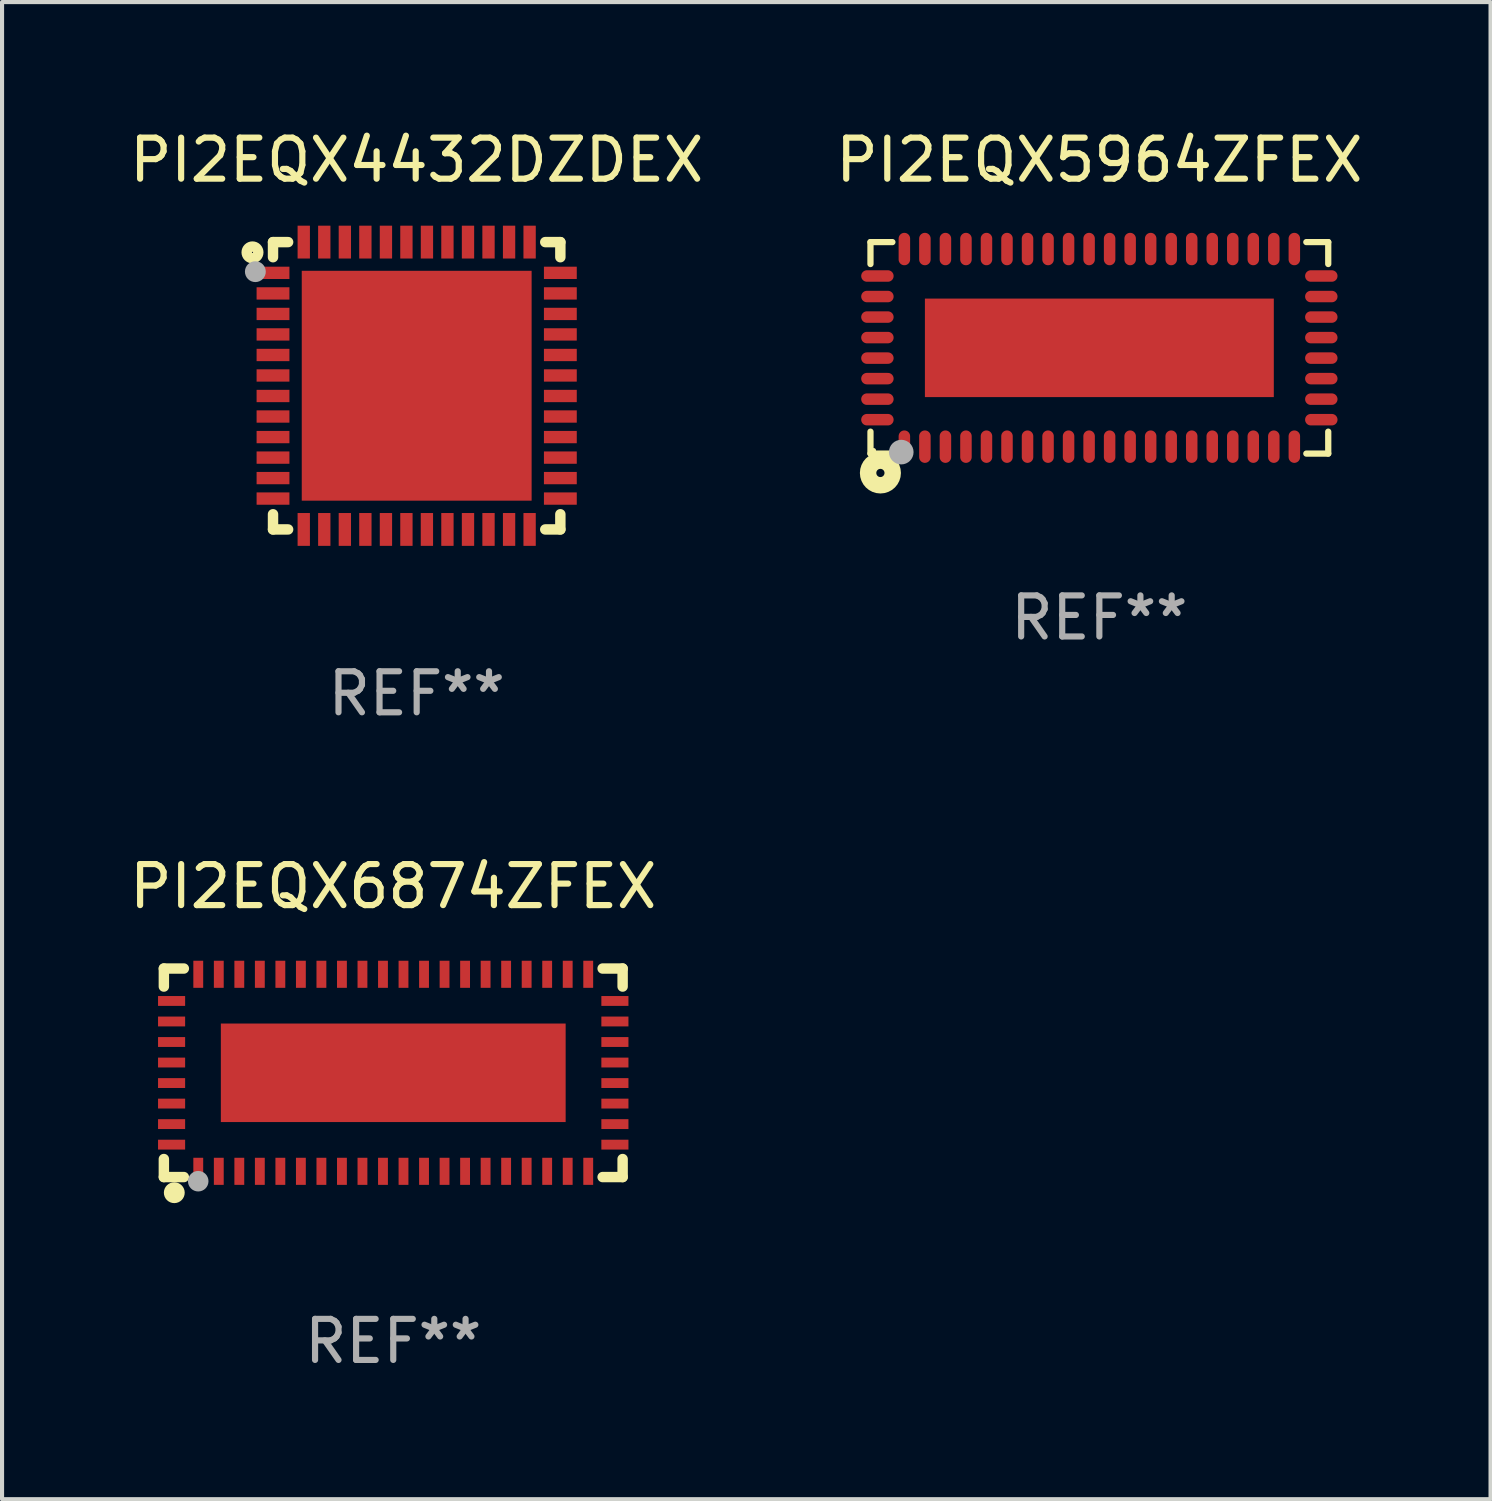
<source format=kicad_pcb>
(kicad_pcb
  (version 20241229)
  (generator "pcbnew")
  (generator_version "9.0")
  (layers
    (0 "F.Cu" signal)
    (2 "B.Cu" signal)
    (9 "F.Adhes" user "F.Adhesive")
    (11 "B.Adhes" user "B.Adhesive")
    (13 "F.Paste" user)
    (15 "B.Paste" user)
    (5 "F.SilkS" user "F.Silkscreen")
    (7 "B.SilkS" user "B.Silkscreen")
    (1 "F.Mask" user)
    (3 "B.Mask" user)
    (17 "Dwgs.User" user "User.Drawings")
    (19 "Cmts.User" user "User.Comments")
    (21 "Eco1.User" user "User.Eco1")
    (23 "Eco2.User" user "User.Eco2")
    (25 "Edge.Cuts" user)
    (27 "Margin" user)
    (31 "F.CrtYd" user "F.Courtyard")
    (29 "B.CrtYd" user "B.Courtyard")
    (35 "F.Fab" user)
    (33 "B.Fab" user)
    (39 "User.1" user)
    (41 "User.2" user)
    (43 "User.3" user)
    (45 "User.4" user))
  (footprint "PI2EQX5964ZFEX"
    (layer "F.Cu")
    (at 23.732 5.424)
    (property "Reference" "PI2EQX5964ZFEX" (at 0 -4.576 0) (layer "F.SilkS") (effects (font (size 1 1) (thickness 0.15))))
    (attr through_hole)
    (fp_line (start -5.576 -2.576) (end -5.576 -2.042) (stroke (width 0.152) (type solid)) (layer "F.SilkS"))
    (fp_line (start -5.576 2.576) (end -5.576 2.042) (stroke (width 0.152) (type solid)) (layer "F.SilkS"))
    (fp_line (start -5.042 -2.576) (end -5.576 -2.576) (stroke (width 0.152) (type solid)) (layer "F.SilkS"))
    (fp_line (start -5.042 2.576) (end -5.576 2.576) (stroke (width 0.152) (type solid)) (layer "F.SilkS"))
    (fp_line (start 5.042 -2.576) (end 5.576 -2.576) (stroke (width 0.152) (type solid)) (layer "F.SilkS"))
    (fp_line (start 5.042 2.576) (end 5.576 2.576) (stroke (width 0.152) (type solid)) (layer "F.SilkS"))
    (fp_line (start 5.576 -2.576) (end 5.576 -2.042) (stroke (width 0.152) (type solid)) (layer "F.SilkS"))
    (fp_line (start 5.576 2.576) (end 5.576 2.042) (stroke (width 0.152) (type solid)) (layer "F.SilkS"))
    (fp_circle (center -5.5 2.5) (end -5.47 2.5) (stroke (width 0.06) (type solid)) (fill no) (layer "F.SilkS"))
    (fp_circle (center -5.334 3.048) (end -5.234 3.048) (stroke (width 0.4) (type solid)) (fill no) (layer "F.SilkS"))
    (fp_circle (center -4.826 2.54) (end -4.676 2.54) (stroke (width 0.3) (type solid)) (fill no) (layer "F.Fab"))
    (fp_text user "REF**" (at 0 6.576 0) (layer "F.Fab") (effects (font (size 1 1) (thickness 0.15))))
    (pad "1" smd oval (at -4.75 2.407) (size 0.28 0.79) (layers "F.Cu" "F.Mask" "F.Paste"))
    (pad "2" smd oval (at -4.25 2.407) (size 0.28 0.79) (layers "F.Cu" "F.Mask" "F.Paste"))
    (pad "3" smd oval (at -3.75 2.407) (size 0.28 0.79) (layers "F.Cu" "F.Mask" "F.Paste"))
    (pad "4" smd oval (at -3.25 2.407) (size 0.28 0.79) (layers "F.Cu" "F.Mask" "F.Paste"))
    (pad "5" smd oval (at -2.75 2.407) (size 0.28 0.79) (layers "F.Cu" "F.Mask" "F.Paste"))
    (pad "6" smd oval (at -2.25 2.407) (size 0.28 0.79) (layers "F.Cu" "F.Mask" "F.Paste"))
    (pad "7" smd oval (at -1.75 2.407) (size 0.28 0.79) (layers "F.Cu" "F.Mask" "F.Paste"))
    (pad "8" smd oval (at -1.25 2.407) (size 0.28 0.79) (layers "F.Cu" "F.Mask" "F.Paste"))
    (pad "9" smd oval (at -0.75 2.407) (size 0.28 0.79) (layers "F.Cu" "F.Mask" "F.Paste"))
    (pad "10" smd oval (at -0.25 2.407) (size 0.28 0.79) (layers "F.Cu" "F.Mask" "F.Paste"))
    (pad "11" smd oval (at 0.25 2.407) (size 0.28 0.79) (layers "F.Cu" "F.Mask" "F.Paste"))
    (pad "12" smd oval (at 0.75 2.407) (size 0.28 0.79) (layers "F.Cu" "F.Mask" "F.Paste"))
    (pad "13" smd oval (at 1.25 2.407) (size 0.28 0.79) (layers "F.Cu" "F.Mask" "F.Paste"))
    (pad "14" smd oval (at 1.75 2.407) (size 0.28 0.79) (layers "F.Cu" "F.Mask" "F.Paste"))
    (pad "15" smd oval (at 2.25 2.407) (size 0.28 0.79) (layers "F.Cu" "F.Mask" "F.Paste"))
    (pad "16" smd oval (at 2.75 2.407) (size 0.28 0.79) (layers "F.Cu" "F.Mask" "F.Paste"))
    (pad "17" smd oval (at 3.25 2.407) (size 0.28 0.79) (layers "F.Cu" "F.Mask" "F.Paste"))
    (pad "18" smd oval (at 3.75 2.407) (size 0.28 0.79) (layers "F.Cu" "F.Mask" "F.Paste"))
    (pad "19" smd oval (at 4.25 2.407) (size 0.28 0.79) (layers "F.Cu" "F.Mask" "F.Paste"))
    (pad "20" smd oval (at 4.75 2.407) (size 0.28 0.79) (layers "F.Cu" "F.Mask" "F.Paste"))
    (pad "21" smd oval (at 5.407 1.75) (size 0.79 0.28) (layers "F.Cu" "F.Mask" "F.Paste"))
    (pad "22" smd oval (at 5.407 1.25) (size 0.79 0.28) (layers "F.Cu" "F.Mask" "F.Paste"))
    (pad "23" smd oval (at 5.407 0.75) (size 0.79 0.28) (layers "F.Cu" "F.Mask" "F.Paste"))
    (pad "24" smd oval (at 5.407 0.25) (size 0.79 0.28) (layers "F.Cu" "F.Mask" "F.Paste"))
    (pad "25" smd oval (at 5.407 -0.25) (size 0.79 0.28) (layers "F.Cu" "F.Mask" "F.Paste"))
    (pad "26" smd oval (at 5.407 -0.75) (size 0.79 0.28) (layers "F.Cu" "F.Mask" "F.Paste"))
    (pad "27" smd oval (at 5.407 -1.25) (size 0.79 0.28) (layers "F.Cu" "F.Mask" "F.Paste"))
    (pad "28" smd oval (at 5.407 -1.75) (size 0.79 0.28) (layers "F.Cu" "F.Mask" "F.Paste"))
    (pad "29" smd oval (at 4.75 -2.407) (size 0.28 0.79) (layers "F.Cu" "F.Mask" "F.Paste"))
    (pad "30" smd oval (at 4.25 -2.407) (size 0.28 0.79) (layers "F.Cu" "F.Mask" "F.Paste"))
    (pad "31" smd oval (at 3.75 -2.407) (size 0.28 0.79) (layers "F.Cu" "F.Mask" "F.Paste"))
    (pad "32" smd oval (at 3.25 -2.407) (size 0.28 0.79) (layers "F.Cu" "F.Mask" "F.Paste"))
    (pad "33" smd oval (at 2.75 -2.407) (size 0.28 0.79) (layers "F.Cu" "F.Mask" "F.Paste"))
    (pad "34" smd oval (at 2.25 -2.407) (size 0.28 0.79) (layers "F.Cu" "F.Mask" "F.Paste"))
    (pad "35" smd oval (at 1.75 -2.407) (size 0.28 0.79) (layers "F.Cu" "F.Mask" "F.Paste"))
    (pad "36" smd oval (at 1.25 -2.407) (size 0.28 0.79) (layers "F.Cu" "F.Mask" "F.Paste"))
    (pad "37" smd oval (at 0.75 -2.407) (size 0.28 0.79) (layers "F.Cu" "F.Mask" "F.Paste"))
    (pad "38" smd oval (at 0.25 -2.407) (size 0.28 0.79) (layers "F.Cu" "F.Mask" "F.Paste"))
    (pad "39" smd oval (at -0.25 -2.407) (size 0.28 0.79) (layers "F.Cu" "F.Mask" "F.Paste"))
    (pad "40" smd oval (at -0.75 -2.407) (size 0.28 0.79) (layers "F.Cu" "F.Mask" "F.Paste"))
    (pad "41" smd oval (at -1.25 -2.407) (size 0.28 0.79) (layers "F.Cu" "F.Mask" "F.Paste"))
    (pad "42" smd oval (at -1.75 -2.407) (size 0.28 0.79) (layers "F.Cu" "F.Mask" "F.Paste"))
    (pad "43" smd oval (at -2.25 -2.407) (size 0.28 0.79) (layers "F.Cu" "F.Mask" "F.Paste"))
    (pad "44" smd oval (at -2.75 -2.407) (size 0.28 0.79) (layers "F.Cu" "F.Mask" "F.Paste"))
    (pad "45" smd oval (at -3.25 -2.407) (size 0.28 0.79) (layers "F.Cu" "F.Mask" "F.Paste"))
    (pad "46" smd oval (at -3.75 -2.407) (size 0.28 0.79) (layers "F.Cu" "F.Mask" "F.Paste"))
    (pad "47" smd oval (at -4.25 -2.407) (size 0.28 0.79) (layers "F.Cu" "F.Mask" "F.Paste"))
    (pad "48" smd oval (at -4.75 -2.407) (size 0.28 0.79) (layers "F.Cu" "F.Mask" "F.Paste"))
    (pad "49" smd oval (at -5.407 -1.75) (size 0.79 0.28) (layers "F.Cu" "F.Mask" "F.Paste"))
    (pad "50" smd oval (at -5.407 -1.25) (size 0.79 0.28) (layers "F.Cu" "F.Mask" "F.Paste"))
    (pad "51" smd oval (at -5.407 -0.75) (size 0.79 0.28) (layers "F.Cu" "F.Mask" "F.Paste"))
    (pad "52" smd oval (at -5.407 -0.25) (size 0.79 0.28) (layers "F.Cu" "F.Mask" "F.Paste"))
    (pad "53" smd oval (at -5.407 0.25) (size 0.79 0.28) (layers "F.Cu" "F.Mask" "F.Paste"))
    (pad "54" smd oval (at -5.407 0.75) (size 0.79 0.28) (layers "F.Cu" "F.Mask" "F.Paste"))
    (pad "55" smd oval (at -5.407 1.25) (size 0.79 0.28) (layers "F.Cu" "F.Mask" "F.Paste"))
    (pad "56" smd oval (at -5.407 1.75) (size 0.79 0.28) (layers "F.Cu" "F.Mask" "F.Paste"))
    (pad "57" smd rect (at 0 0) (size 8.5 2.4) (layers "F.Cu" "F.Mask" "F.Paste")))
  (footprint "PI2EQX6874ZFEX"
    (layer "F.Cu")
    (at 6.53 23.085)
    (property "Reference" "PI2EQX6874ZFEX" (at 0 -4.54 0) (layer "F.SilkS") (effects (font (size 1 1) (thickness 0.15))))
    (attr through_hole)
    (fp_line (start -5.588 -2.54) (end -5.101 -2.54) (stroke (width 0.254) (type solid)) (layer "F.SilkS"))
    (fp_line (start -5.588 -2.101) (end -5.588 -2.54) (stroke (width 0.254) (type solid)) (layer "F.SilkS"))
    (fp_line (start -5.588 2.54) (end -5.588 2.101) (stroke (width 0.254) (type solid)) (layer "F.SilkS"))
    (fp_line (start -5.101 2.54) (end -5.588 2.54) (stroke (width 0.254) (type solid)) (layer "F.SilkS"))
    (fp_line (start 5.101 -2.54) (end 5.588 -2.54) (stroke (width 0.254) (type solid)) (layer "F.SilkS"))
    (fp_line (start 5.588 -2.54) (end 5.588 -2.101) (stroke (width 0.254) (type solid)) (layer "F.SilkS"))
    (fp_line (start 5.588 2.101) (end 5.588 2.54) (stroke (width 0.254) (type solid)) (layer "F.SilkS"))
    (fp_line (start 5.588 2.54) (end 5.101 2.54) (stroke (width 0.254) (type solid)) (layer "F.SilkS"))
    (fp_circle (center -5.5 2.5) (end -5.47 2.5) (stroke (width 0.06) (type solid)) (fill no) (layer "F.SilkS"))
    (fp_circle (center -5.334 2.921) (end -5.207 2.921) (stroke (width 0.254) (type solid)) (fill no) (layer "F.SilkS"))
    (fp_circle (center -4.751 2.641) (end -4.626 2.641) (stroke (width 0.25) (type solid)) (fill no) (layer "F.Fab"))
    (fp_text user "REF**" (at 0 6.54 0) (layer "F.Fab") (effects (font (size 1 1) (thickness 0.15))))
    (pad "1" smd rect (at -4.75 2.4) (size 0.24 0.66) (layers "F.Cu" "F.Mask" "F.Paste"))
    (pad "2" smd rect (at -4.25 2.4) (size 0.24 0.66) (layers "F.Cu" "F.Mask" "F.Paste"))
    (pad "3" smd rect (at -3.75 2.4) (size 0.24 0.66) (layers "F.Cu" "F.Mask" "F.Paste"))
    (pad "4" smd rect (at -3.25 2.4) (size 0.24 0.66) (layers "F.Cu" "F.Mask" "F.Paste"))
    (pad "5" smd rect (at -2.75 2.4) (size 0.24 0.66) (layers "F.Cu" "F.Mask" "F.Paste"))
    (pad "6" smd rect (at -2.25 2.4) (size 0.24 0.66) (layers "F.Cu" "F.Mask" "F.Paste"))
    (pad "7" smd rect (at -1.75 2.4) (size 0.24 0.66) (layers "F.Cu" "F.Mask" "F.Paste"))
    (pad "8" smd rect (at -1.25 2.4) (size 0.24 0.66) (layers "F.Cu" "F.Mask" "F.Paste"))
    (pad "9" smd rect (at -0.75 2.4) (size 0.24 0.66) (layers "F.Cu" "F.Mask" "F.Paste"))
    (pad "10" smd rect (at -0.25 2.4) (size 0.24 0.66) (layers "F.Cu" "F.Mask" "F.Paste"))
    (pad "11" smd rect (at 0.25 2.4) (size 0.24 0.66) (layers "F.Cu" "F.Mask" "F.Paste"))
    (pad "12" smd rect (at 0.75 2.4) (size 0.24 0.66) (layers "F.Cu" "F.Mask" "F.Paste"))
    (pad "13" smd rect (at 1.25 2.4) (size 0.24 0.66) (layers "F.Cu" "F.Mask" "F.Paste"))
    (pad "14" smd rect (at 1.75 2.4) (size 0.24 0.66) (layers "F.Cu" "F.Mask" "F.Paste"))
    (pad "15" smd rect (at 2.25 2.4) (size 0.24 0.66) (layers "F.Cu" "F.Mask" "F.Paste"))
    (pad "16" smd rect (at 2.75 2.4) (size 0.24 0.66) (layers "F.Cu" "F.Mask" "F.Paste"))
    (pad "17" smd rect (at 3.25 2.4) (size 0.24 0.66) (layers "F.Cu" "F.Mask" "F.Paste"))
    (pad "18" smd rect (at 3.75 2.4) (size 0.24 0.66) (layers "F.Cu" "F.Mask" "F.Paste"))
    (pad "19" smd rect (at 4.25 2.4) (size 0.24 0.66) (layers "F.Cu" "F.Mask" "F.Paste"))
    (pad "20" smd rect (at 4.75 2.4) (size 0.24 0.66) (layers "F.Cu" "F.Mask" "F.Paste"))
    (pad "21" smd rect (at 5.4 1.75) (size 0.66 0.24) (layers "F.Cu" "F.Mask" "F.Paste"))
    (pad "22" smd rect (at 5.4 1.25) (size 0.66 0.24) (layers "F.Cu" "F.Mask" "F.Paste"))
    (pad "23" smd rect (at 5.4 0.75) (size 0.66 0.24) (layers "F.Cu" "F.Mask" "F.Paste"))
    (pad "24" smd rect (at 5.4 0.25) (size 0.66 0.24) (layers "F.Cu" "F.Mask" "F.Paste"))
    (pad "25" smd rect (at 5.4 -0.25) (size 0.66 0.24) (layers "F.Cu" "F.Mask" "F.Paste"))
    (pad "26" smd rect (at 5.4 -0.75) (size 0.66 0.24) (layers "F.Cu" "F.Mask" "F.Paste"))
    (pad "27" smd rect (at 5.4 -1.25) (size 0.66 0.24) (layers "F.Cu" "F.Mask" "F.Paste"))
    (pad "28" smd rect (at 5.4 -1.75) (size 0.66 0.24) (layers "F.Cu" "F.Mask" "F.Paste"))
    (pad "29" smd rect (at 4.75 -2.4) (size 0.24 0.66) (layers "F.Cu" "F.Mask" "F.Paste"))
    (pad "30" smd rect (at 4.25 -2.4) (size 0.24 0.66) (layers "F.Cu" "F.Mask" "F.Paste"))
    (pad "31" smd rect (at 3.75 -2.4) (size 0.24 0.66) (layers "F.Cu" "F.Mask" "F.Paste"))
    (pad "32" smd rect (at 3.25 -2.4) (size 0.24 0.66) (layers "F.Cu" "F.Mask" "F.Paste"))
    (pad "33" smd rect (at 2.75 -2.4) (size 0.24 0.66) (layers "F.Cu" "F.Mask" "F.Paste"))
    (pad "34" smd rect (at 2.25 -2.4) (size 0.24 0.66) (layers "F.Cu" "F.Mask" "F.Paste"))
    (pad "35" smd rect (at 1.75 -2.4) (size 0.24 0.66) (layers "F.Cu" "F.Mask" "F.Paste"))
    (pad "36" smd rect (at 1.25 -2.4) (size 0.24 0.66) (layers "F.Cu" "F.Mask" "F.Paste"))
    (pad "37" smd rect (at 0.75 -2.4) (size 0.24 0.66) (layers "F.Cu" "F.Mask" "F.Paste"))
    (pad "38" smd rect (at 0.25 -2.4) (size 0.24 0.66) (layers "F.Cu" "F.Mask" "F.Paste"))
    (pad "39" smd rect (at -0.25 -2.4) (size 0.24 0.66) (layers "F.Cu" "F.Mask" "F.Paste"))
    (pad "40" smd rect (at -0.75 -2.4) (size 0.24 0.66) (layers "F.Cu" "F.Mask" "F.Paste"))
    (pad "41" smd rect (at -1.25 -2.4) (size 0.24 0.66) (layers "F.Cu" "F.Mask" "F.Paste"))
    (pad "42" smd rect (at -1.75 -2.4) (size 0.24 0.66) (layers "F.Cu" "F.Mask" "F.Paste"))
    (pad "43" smd rect (at -2.25 -2.4) (size 0.24 0.66) (layers "F.Cu" "F.Mask" "F.Paste"))
    (pad "44" smd rect (at -2.75 -2.4) (size 0.24 0.66) (layers "F.Cu" "F.Mask" "F.Paste"))
    (pad "45" smd rect (at -3.25 -2.4) (size 0.24 0.66) (layers "F.Cu" "F.Mask" "F.Paste"))
    (pad "46" smd rect (at -3.75 -2.4) (size 0.24 0.66) (layers "F.Cu" "F.Mask" "F.Paste"))
    (pad "47" smd rect (at -4.25 -2.4) (size 0.24 0.66) (layers "F.Cu" "F.Mask" "F.Paste"))
    (pad "48" smd rect (at -4.75 -2.4) (size 0.24 0.66) (layers "F.Cu" "F.Mask" "F.Paste"))
    (pad "49" smd rect (at -5.4 -1.75) (size 0.66 0.24) (layers "F.Cu" "F.Mask" "F.Paste"))
    (pad "50" smd rect (at -5.4 -1.25) (size 0.66 0.24) (layers "F.Cu" "F.Mask" "F.Paste"))
    (pad "51" smd rect (at -5.4 -0.75) (size 0.66 0.24) (layers "F.Cu" "F.Mask" "F.Paste"))
    (pad "52" smd rect (at -5.4 -0.25) (size 0.66 0.24) (layers "F.Cu" "F.Mask" "F.Paste"))
    (pad "53" smd rect (at -5.4 0.25) (size 0.66 0.24) (layers "F.Cu" "F.Mask" "F.Paste"))
    (pad "54" smd rect (at -5.4 0.75) (size 0.66 0.24) (layers "F.Cu" "F.Mask" "F.Paste"))
    (pad "55" smd rect (at -5.4 1.25) (size 0.66 0.24) (layers "F.Cu" "F.Mask" "F.Paste"))
    (pad "56" smd rect (at -5.4 1.75) (size 0.66 0.24) (layers "F.Cu" "F.Mask" "F.Paste"))
    (pad "57" smd rect (at 0.000051 0) (size 8.4 2.4) (layers "F.Cu" "F.Mask" "F.Paste")))
  (footprint "PI2EQX4432DZDEX"
    (layer "F.Cu")
    (at 7.101 6.348)
    (property "Reference" "PI2EQX4432DZDEX" (at 0 -5.5 0) (layer "F.SilkS") (effects (font (size 1 1) (thickness 0.15))))
    (attr through_hole)
    (fp_line (start -3.5 -3.5) (end -3.132 -3.5) (stroke (width 0.254) (type solid)) (layer "F.SilkS"))
    (fp_line (start -3.5 -3.132) (end -3.5 -3.5) (stroke (width 0.254) (type solid)) (layer "F.SilkS"))
    (fp_line (start -3.5 3.5) (end -3.5 3.13) (stroke (width 0.254) (type solid)) (layer "F.SilkS"))
    (fp_line (start -3.132 3.5) (end -3.5 3.5) (stroke (width 0.254) (type solid)) (layer "F.SilkS"))
    (fp_line (start 3.132 -3.5) (end 3.5 -3.5) (stroke (width 0.254) (type solid)) (layer "F.SilkS"))
    (fp_line (start 3.5 -3.5) (end 3.5 -3.132) (stroke (width 0.254) (type solid)) (layer "F.SilkS"))
    (fp_line (start 3.5 3.13) (end 3.5 3.5) (stroke (width 0.254) (type solid)) (layer "F.SilkS"))
    (fp_line (start 3.5 3.5) (end 3.132 3.5) (stroke (width 0.254) (type solid)) (layer "F.SilkS"))
    (fp_circle (center -4 -3.25) (end -3.859 -3.25) (stroke (width 0.254) (type solid)) (fill no) (layer "F.SilkS"))
    (fp_circle (center -3.5 -3.501) (end -3.47 -3.501) (stroke (width 0.06) (type solid)) (fill no) (layer "F.SilkS"))
    (fp_circle (center -3.93 -2.78) (end -3.803 -2.78) (stroke (width 0.254) (type solid)) (fill no) (layer "F.Fab"))
    (fp_text user "REF**" (at 0 7.5 0) (layer "F.Fab") (effects (font (size 1 1) (thickness 0.15))))
    (pad "1" smd rect (at -3.5 -2.751 270) (size 0.3 0.8) (layers "F.Cu" "F.Mask" "F.Paste"))
    (pad "2" smd rect (at -3.5 -2.25 270) (size 0.3 0.8) (layers "F.Cu" "F.Mask" "F.Paste"))
    (pad "3" smd rect (at -3.5 -1.75 270) (size 0.3 0.8) (layers "F.Cu" "F.Mask" "F.Paste"))
    (pad "4" smd rect (at -3.5 -1.251 270) (size 0.3 0.8) (layers "F.Cu" "F.Mask" "F.Paste"))
    (pad "5" smd rect (at -3.5 -0.75 270) (size 0.3 0.8) (layers "F.Cu" "F.Mask" "F.Paste"))
    (pad "6" smd rect (at -3.5 -0.251 270) (size 0.3 0.8) (layers "F.Cu" "F.Mask" "F.Paste"))
    (pad "7" smd rect (at -3.5 0.249 270) (size 0.3 0.8) (layers "F.Cu" "F.Mask" "F.Paste"))
    (pad "8" smd rect (at -3.5 0.749 270) (size 0.3 0.8) (layers "F.Cu" "F.Mask" "F.Paste"))
    (pad "9" smd rect (at -3.5 1.25 270) (size 0.3 0.8) (layers "F.Cu" "F.Mask" "F.Paste"))
    (pad "10" smd rect (at -3.5 1.75 270) (size 0.3 0.8) (layers "F.Cu" "F.Mask" "F.Paste"))
    (pad "11" smd rect (at -3.5 2.249 270) (size 0.3 0.8) (layers "F.Cu" "F.Mask" "F.Paste"))
    (pad "12" smd rect (at -3.5 2.748 270) (size 0.3 0.8) (layers "F.Cu" "F.Mask" "F.Paste"))
    (pad "13" smd rect (at -2.751 3.5 180) (size 0.3 0.8) (layers "F.Cu" "F.Mask" "F.Paste"))
    (pad "14" smd rect (at -2.251 3.5 180) (size 0.3 0.8) (layers "F.Cu" "F.Mask" "F.Paste"))
    (pad "15" smd rect (at -1.75 3.5 180) (size 0.3 0.8) (layers "F.Cu" "F.Mask" "F.Paste"))
    (pad "16" smd rect (at -1.25 3.5 180) (size 0.3 0.8) (layers "F.Cu" "F.Mask" "F.Paste"))
    (pad "17" smd rect (at -0.749 3.5 180) (size 0.3 0.8) (layers "F.Cu" "F.Mask" "F.Paste"))
    (pad "18" smd rect (at -0.25 3.5 180) (size 0.3 0.8) (layers "F.Cu" "F.Mask" "F.Paste"))
    (pad "19" smd rect (at 0.249 3.5 180) (size 0.3 0.8) (layers "F.Cu" "F.Mask" "F.Paste"))
    (pad "20" smd rect (at 0.749 3.5 180) (size 0.3 0.8) (layers "F.Cu" "F.Mask" "F.Paste"))
    (pad "21" smd rect (at 1.25 3.5 180) (size 0.3 0.8) (layers "F.Cu" "F.Mask" "F.Paste"))
    (pad "22" smd rect (at 1.75 3.5 180) (size 0.3 0.8) (layers "F.Cu" "F.Mask" "F.Paste"))
    (pad "23" smd rect (at 2.251 3.5 180) (size 0.3 0.8) (layers "F.Cu" "F.Mask" "F.Paste"))
    (pad "24" smd rect (at 2.751 3.5 180) (size 0.3 0.8) (layers "F.Cu" "F.Mask" "F.Paste"))
    (pad "25" smd rect (at 3.5 2.748 270) (size 0.3 0.8) (layers "F.Cu" "F.Mask" "F.Paste"))
    (pad "26" smd rect (at 3.5 2.249 270) (size 0.3 0.8) (layers "F.Cu" "F.Mask" "F.Paste"))
    (pad "27" smd rect (at 3.5 1.75 270) (size 0.3 0.8) (layers "F.Cu" "F.Mask" "F.Paste"))
    (pad "28" smd rect (at 3.5 1.25 270) (size 0.3 0.8) (layers "F.Cu" "F.Mask" "F.Paste"))
    (pad "29" smd rect (at 3.5 0.749 270) (size 0.3 0.8) (layers "F.Cu" "F.Mask" "F.Paste"))
    (pad "30" smd rect (at 3.5 0.249 270) (size 0.3 0.8) (layers "F.Cu" "F.Mask" "F.Paste"))
    (pad "31" smd rect (at 3.5 -0.251 270) (size 0.3 0.8) (layers "F.Cu" "F.Mask" "F.Paste"))
    (pad "32" smd rect (at 3.5 -0.75 270) (size 0.3 0.8) (layers "F.Cu" "F.Mask" "F.Paste"))
    (pad "33" smd rect (at 3.5 -1.251 270) (size 0.3 0.8) (layers "F.Cu" "F.Mask" "F.Paste"))
    (pad "34" smd rect (at 3.5 -1.75 270) (size 0.3 0.8) (layers "F.Cu" "F.Mask" "F.Paste"))
    (pad "35" smd rect (at 3.5 -2.25 270) (size 0.3 0.8) (layers "F.Cu" "F.Mask" "F.Paste"))
    (pad "36" smd rect (at 3.5 -2.751 270) (size 0.3 0.8) (layers "F.Cu" "F.Mask" "F.Paste"))
    (pad "37" smd rect (at 2.751 -3.5 180) (size 0.3 0.8) (layers "F.Cu" "F.Mask" "F.Paste"))
    (pad "38" smd rect (at 2.251 -3.5 180) (size 0.3 0.8) (layers "F.Cu" "F.Mask" "F.Paste"))
    (pad "39" smd rect (at 1.75 -3.5 180) (size 0.3 0.8) (layers "F.Cu" "F.Mask" "F.Paste"))
    (pad "40" smd rect (at 1.25 -3.5 180) (size 0.3 0.8) (layers "F.Cu" "F.Mask" "F.Paste"))
    (pad "41" smd rect (at 0.749 -3.5 180) (size 0.3 0.8) (layers "F.Cu" "F.Mask" "F.Paste"))
    (pad "42" smd rect (at 0.25 -3.5 180) (size 0.3 0.8) (layers "F.Cu" "F.Mask" "F.Paste"))
    (pad "43" smd rect (at -0.25 -3.5 180) (size 0.3 0.8) (layers "F.Cu" "F.Mask" "F.Paste"))
    (pad "44" smd rect (at -0.749 -3.5 180) (size 0.3 0.8) (layers "F.Cu" "F.Mask" "F.Paste"))
    (pad "45" smd rect (at -1.25 -3.5 180) (size 0.3 0.8) (layers "F.Cu" "F.Mask" "F.Paste"))
    (pad "46" smd rect (at -1.75 -3.5 180) (size 0.3 0.8) (layers "F.Cu" "F.Mask" "F.Paste"))
    (pad "47" smd rect (at -2.251 -3.5 180) (size 0.3 0.8) (layers "F.Cu" "F.Mask" "F.Paste"))
    (pad "48" smd rect (at -2.751 -3.5 180) (size 0.3 0.8) (layers "F.Cu" "F.Mask" "F.Paste"))
    (pad "49" smd rect (at 0.000127 -0.001 180) (size 5.6 5.6) (layers "F.Cu" "F.Mask" "F.Paste")))
  (gr_rect
    (start -3 -3)
    (end 33.262 33.473)
    (stroke (width 0.1) (type default))
    (fill no)
    (layer "Edge.Cuts")))
</source>
